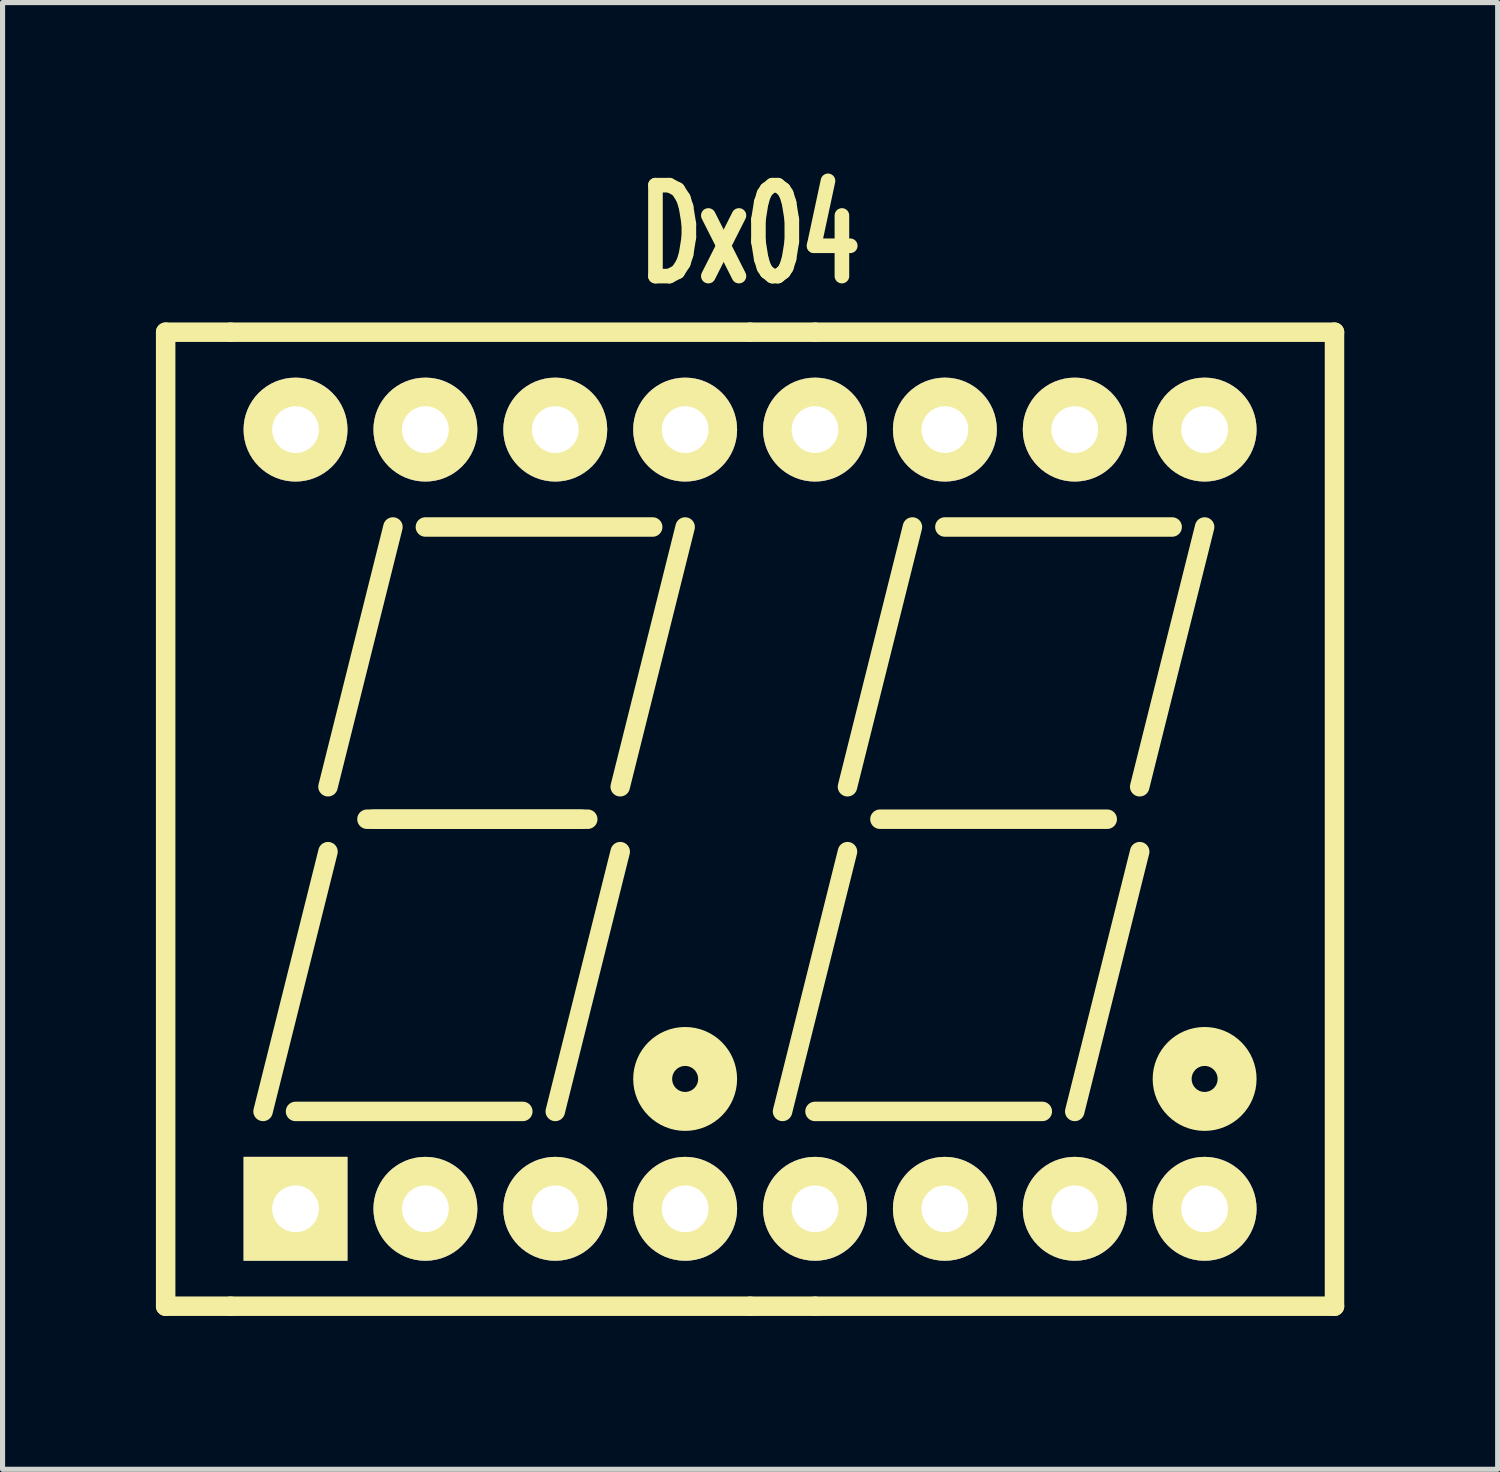
<source format=kicad_pcb>
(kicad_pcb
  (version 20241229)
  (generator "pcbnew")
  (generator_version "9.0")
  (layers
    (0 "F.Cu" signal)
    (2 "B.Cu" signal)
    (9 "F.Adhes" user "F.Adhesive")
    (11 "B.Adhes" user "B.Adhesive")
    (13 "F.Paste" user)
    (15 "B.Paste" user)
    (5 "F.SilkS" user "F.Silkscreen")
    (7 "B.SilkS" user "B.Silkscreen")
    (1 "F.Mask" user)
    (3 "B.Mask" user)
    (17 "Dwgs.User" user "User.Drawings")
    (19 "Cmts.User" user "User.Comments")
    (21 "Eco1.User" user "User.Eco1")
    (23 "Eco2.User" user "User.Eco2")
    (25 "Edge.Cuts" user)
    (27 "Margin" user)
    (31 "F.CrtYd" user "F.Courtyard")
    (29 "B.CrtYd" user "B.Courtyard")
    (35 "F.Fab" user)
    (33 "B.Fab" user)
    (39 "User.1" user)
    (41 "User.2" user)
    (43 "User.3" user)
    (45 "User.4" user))
  (footprint "Dx04"
    (layer "F.Cu")
    (at 11.62 12.972)
    (property "Reference" "Dx04" (at 0 -11.43 0) (layer "F.SilkS") (effects (font (size 1.778 1.143) (thickness 0.305))))
    (attr through_hole)
    (fp_line (start -11.43 -9.525) (end -11.43 9.525) (stroke (width 0.381) (type solid)) (layer "F.SilkS"))
    (fp_line (start -11.43 9.525) (end -10.16 9.525) (stroke (width 0.381) (type solid)) (layer "F.SilkS"))
    (fp_line (start -10.16 -9.525) (end -11.43 -9.525) (stroke (width 0.381) (type solid)) (layer "F.SilkS"))
    (fp_line (start -10.16 9.525) (end 0 9.525) (stroke (width 0.381) (type solid)) (layer "F.SilkS"))
    (fp_line (start -8.89 5.715) (end -4.445 5.715) (stroke (width 0.381) (type solid)) (layer "F.SilkS"))
    (fp_line (start -8.255 -0.635) (end -6.985 -5.715) (stroke (width 0.381) (type solid)) (layer "F.SilkS"))
    (fp_line (start -8.255 0.635) (end -9.525 5.715) (stroke (width 0.381) (type solid)) (layer "F.SilkS"))
    (fp_line (start -7.493 0) (end -3.175 0) (stroke (width 0.381) (type solid)) (layer "F.SilkS"))
    (fp_line (start -7.366 0) (end -3.302 0) (stroke (width 0.381) (type solid)) (layer "F.SilkS"))
    (fp_line (start -6.35 -5.715) (end -1.905 -5.715) (stroke (width 0.381) (type solid)) (layer "F.SilkS"))
    (fp_line (start -2.54 -0.635) (end -1.27 -5.715) (stroke (width 0.381) (type solid)) (layer "F.SilkS"))
    (fp_line (start -2.54 0.635) (end -3.81 5.715) (stroke (width 0.381) (type solid)) (layer "F.SilkS"))
    (fp_line (start 0 -9.525) (end -10.16 -9.525) (stroke (width 0.381) (type solid)) (layer "F.SilkS"))
    (fp_line (start 0 9.525) (end 1.27 9.525) (stroke (width 0.381) (type solid)) (layer "F.SilkS"))
    (fp_line (start 0.635 5.715) (end 1.905 0.635) (stroke (width 0.381) (type solid)) (layer "F.SilkS"))
    (fp_line (start 1.27 -9.525) (end 0 -9.525) (stroke (width 0.381) (type solid)) (layer "F.SilkS"))
    (fp_line (start 1.27 -9.525) (end 11.43 -9.525) (stroke (width 0.381) (type solid)) (layer "F.SilkS"))
    (fp_line (start 1.27 5.715) (end 5.715 5.715) (stroke (width 0.381) (type solid)) (layer "F.SilkS"))
    (fp_line (start 1.905 -0.635) (end 3.175 -5.715) (stroke (width 0.381) (type solid)) (layer "F.SilkS"))
    (fp_line (start 2.54 0) (end 6.985 0) (stroke (width 0.381) (type solid)) (layer "F.SilkS"))
    (fp_line (start 3.81 -5.715) (end 8.255 -5.715) (stroke (width 0.381) (type solid)) (layer "F.SilkS"))
    (fp_line (start 7.62 -0.635) (end 8.89 -5.715) (stroke (width 0.381) (type solid)) (layer "F.SilkS"))
    (fp_line (start 7.62 0.635) (end 6.35 5.715) (stroke (width 0.381) (type solid)) (layer "F.SilkS"))
    (fp_line (start 11.43 -9.525) (end 11.43 9.525) (stroke (width 0.381) (type solid)) (layer "F.SilkS"))
    (fp_line (start 11.43 9.525) (end 1.27 9.525) (stroke (width 0.381) (type solid)) (layer "F.SilkS"))
    (fp_circle (center -1.27 5.08) (end -0.635 5.08) (stroke (width 0.762) (type solid)) (fill no) (layer "F.SilkS"))
    (fp_circle (center 8.89 5.08) (end 9.525 5.08) (stroke (width 0.762) (type solid)) (fill no) (layer "F.SilkS"))
    (pad "1" thru_hole rect (at -8.89 7.62) (size 2.032 2.032) (drill 0.914) (layers "*.Cu" "*.Mask" "F.SilkS"))
    (pad "2" thru_hole circle (at -6.35 7.62) (size 2.032 2.032) (drill 0.914) (layers "*.Cu" "*.Mask" "F.SilkS"))
    (pad "3" thru_hole circle (at -3.81 7.62) (size 2.032 2.032) (drill 0.914) (layers "*.Cu" "*.Mask" "F.SilkS"))
    (pad "4" thru_hole circle (at -1.27 7.62) (size 2.032 2.032) (drill 0.914) (layers "*.Cu" "*.Mask" "F.SilkS"))
    (pad "5" thru_hole circle (at 1.27 7.62) (size 2.032 2.032) (drill 0.914) (layers "*.Cu" "*.Mask" "F.SilkS"))
    (pad "6" thru_hole circle (at 3.81 7.62) (size 2.032 2.032) (drill 0.914) (layers "*.Cu" "*.Mask" "F.SilkS"))
    (pad "7" thru_hole circle (at 6.35 7.62) (size 2.032 2.032) (drill 0.914) (layers "*.Cu" "*.Mask" "F.SilkS"))
    (pad "8" thru_hole circle (at 8.89 7.62) (size 2.032 2.032) (drill 0.914) (layers "*.Cu" "*.Mask" "F.SilkS"))
    (pad "9" thru_hole circle (at 8.89 -7.62) (size 2.032 2.032) (drill 0.914) (layers "*.Cu" "*.Mask" "F.SilkS"))
    (pad "10" thru_hole circle (at 6.35 -7.62) (size 2.032 2.032) (drill 0.914) (layers "*.Cu" "*.Mask" "F.SilkS"))
    (pad "11" thru_hole circle (at 3.81 -7.62) (size 2.032 2.032) (drill 0.914) (layers "*.Cu" "*.Mask" "F.SilkS"))
    (pad "12" thru_hole circle (at 1.27 -7.62) (size 2.032 2.032) (drill 0.914) (layers "*.Cu" "*.Mask" "F.SilkS"))
    (pad "13" thru_hole circle (at -1.27 -7.62) (size 2.032 2.032) (drill 0.914) (layers "*.Cu" "*.Mask" "F.SilkS"))
    (pad "14" thru_hole circle (at -3.81 -7.62) (size 2.032 2.032) (drill 0.914) (layers "*.Cu" "*.Mask" "F.SilkS"))
    (pad "15" thru_hole circle (at -6.35 -7.62) (size 2.032 2.032) (drill 0.914) (layers "*.Cu" "*.Mask" "F.SilkS"))
    (pad "16" thru_hole circle (at -8.89 -7.62) (size 2.032 2.032) (drill 0.914) (layers "*.Cu" "*.Mask" "F.SilkS")))
  (gr_rect
    (start -3 -3)
    (end 26.241 25.687)
    (stroke (width 0.1) (type default))
    (fill no)
    (layer "Edge.Cuts")))
</source>
